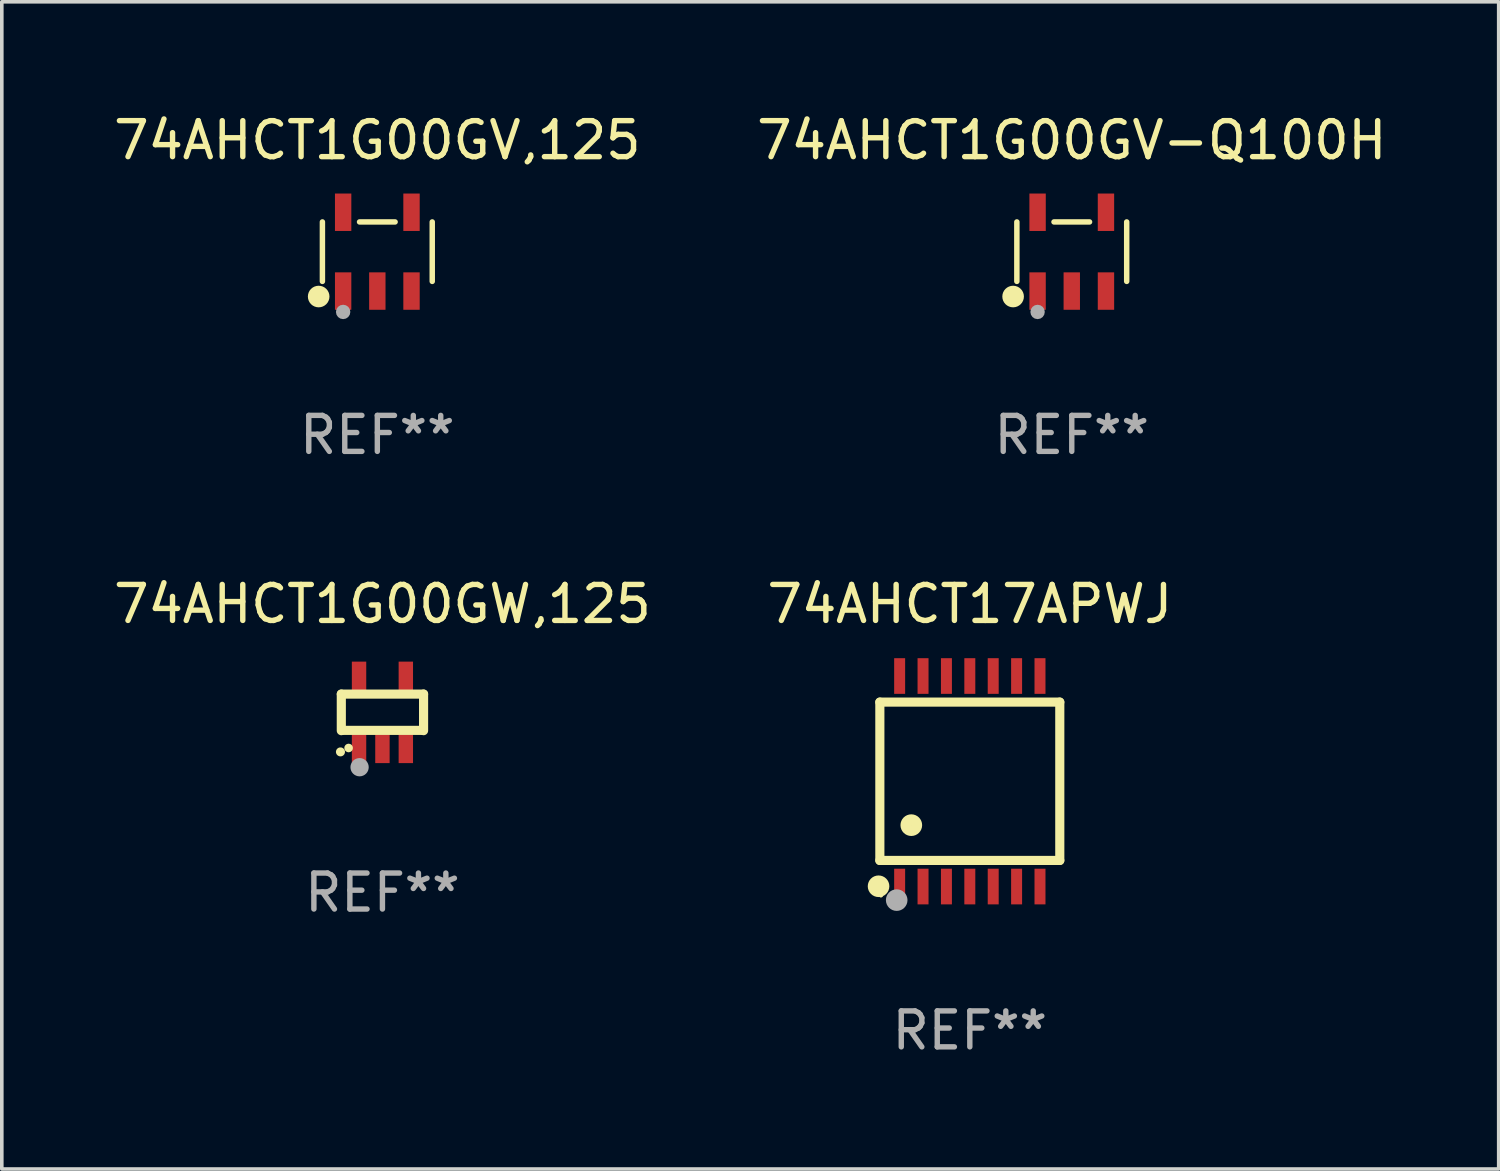
<source format=kicad_pcb>
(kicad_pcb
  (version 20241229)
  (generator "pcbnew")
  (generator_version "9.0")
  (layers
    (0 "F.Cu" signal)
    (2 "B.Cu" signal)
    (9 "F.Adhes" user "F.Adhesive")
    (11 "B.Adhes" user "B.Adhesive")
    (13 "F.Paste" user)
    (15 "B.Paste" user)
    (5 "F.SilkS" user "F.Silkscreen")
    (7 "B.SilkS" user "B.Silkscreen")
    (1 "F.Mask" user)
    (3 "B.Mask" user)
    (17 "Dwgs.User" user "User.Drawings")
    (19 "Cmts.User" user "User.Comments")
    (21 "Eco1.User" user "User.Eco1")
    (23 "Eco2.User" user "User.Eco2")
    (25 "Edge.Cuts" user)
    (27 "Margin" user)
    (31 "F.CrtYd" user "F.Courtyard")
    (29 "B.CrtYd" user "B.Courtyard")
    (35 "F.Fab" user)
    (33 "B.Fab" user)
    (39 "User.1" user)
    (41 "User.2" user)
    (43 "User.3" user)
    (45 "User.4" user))
  (footprint "74AHCT17APWJ"
    (layer "F.Cu")
    (at 23.899 18.66)
    (property "Reference" "74AHCT17APWJ" (at 0 -4.925 0) (layer "F.SilkS") (effects (font (size 1 1) (thickness 0.15))))
    (attr through_hole)
    (fp_line (start -2.5 2.2) (end -2.5 -2.2) (stroke (width 0.254) (type solid)) (layer "F.SilkS"))
    (fp_line (start -2.5 2.2) (end 2.5 2.2) (stroke (width 0.254) (type solid)) (layer "F.SilkS"))
    (fp_line (start 2.5 -2.2) (end -2.5 -2.2) (stroke (width 0.254) (type solid)) (layer "F.SilkS"))
    (fp_line (start 2.5 -2.2) (end 2.5 2.2) (stroke (width 0.254) (type solid)) (layer "F.SilkS"))
    (fp_circle (center -2.536 2.917) (end -2.386 2.917) (stroke (width 0.3) (type solid)) (fill no) (layer "F.SilkS"))
    (fp_circle (center -2.47 3.17) (end -2.44 3.17) (stroke (width 0.06) (type solid)) (fill no) (layer "F.SilkS"))
    (fp_circle (center -1.626 1.219) (end -1.475 1.219) (stroke (width 0.3) (type solid)) (fill no) (layer "F.SilkS"))
    (fp_circle (center -2.032 3.302) (end -1.882 3.302) (stroke (width 0.3) (type solid)) (fill no) (layer "F.Fab"))
    (fp_text user "REF**" (at 0 6.925 0) (layer "F.Fab") (effects (font (size 1 1) (thickness 0.15))))
    (pad "1" smd rect (at -1.95 2.925) (size 0.305 0.991) (layers "F.Cu" "F.Mask" "F.Paste"))
    (pad "2" smd rect (at -1.3 2.925) (size 0.305 0.991) (layers "F.Cu" "F.Mask" "F.Paste"))
    (pad "3" smd rect (at -0.65 2.925) (size 0.305 0.991) (layers "F.Cu" "F.Mask" "F.Paste"))
    (pad "4" smd rect (at 0 2.925) (size 0.305 0.991) (layers "F.Cu" "F.Mask" "F.Paste"))
    (pad "5" smd rect (at 0.65 2.925) (size 0.305 0.991) (layers "F.Cu" "F.Mask" "F.Paste"))
    (pad "6" smd rect (at 1.3 2.925) (size 0.305 0.991) (layers "F.Cu" "F.Mask" "F.Paste"))
    (pad "7" smd rect (at 1.95 2.925) (size 0.305 0.991) (layers "F.Cu" "F.Mask" "F.Paste"))
    (pad "8" smd rect (at 1.95 -2.925) (size 0.305 0.991) (layers "F.Cu" "F.Mask" "F.Paste"))
    (pad "9" smd rect (at 1.3 -2.925) (size 0.305 0.991) (layers "F.Cu" "F.Mask" "F.Paste"))
    (pad "10" smd rect (at 0.65 -2.925) (size 0.305 0.991) (layers "F.Cu" "F.Mask" "F.Paste"))
    (pad "11" smd rect (at 0 -2.925) (size 0.305 0.991) (layers "F.Cu" "F.Mask" "F.Paste"))
    (pad "12" smd rect (at -0.65 -2.925) (size 0.305 0.991) (layers "F.Cu" "F.Mask" "F.Paste"))
    (pad "13" smd rect (at -1.3 -2.925) (size 0.305 0.991) (layers "F.Cu" "F.Mask" "F.Paste"))
    (pad "14" smd rect (at -1.95 -2.925) (size 0.305 0.991) (layers "F.Cu" "F.Mask" "F.Paste")))
  (footprint "74AHCT1G00GV,125"
    (layer "F.Cu")
    (at 7.435 3.943)
    (property "Reference" "74AHCT1G00GV,125" (at 0 -3.095 0) (layer "F.SilkS") (effects (font (size 1 1) (thickness 0.15))))
    (attr through_hole)
    (fp_line (start -1.526 0.826) (end -1.526 -0.826) (stroke (width 0.152) (type solid)) (layer "F.SilkS"))
    (fp_line (start 0.494 -0.826) (end -0.494 -0.826) (stroke (width 0.152) (type solid)) (layer "F.SilkS"))
    (fp_line (start 1.526 0.826) (end 1.526 -0.826) (stroke (width 0.152) (type solid)) (layer "F.SilkS"))
    (fp_circle (center -1.63 1.247) (end -1.48 1.247) (stroke (width 0.3) (type solid)) (fill no) (layer "F.SilkS"))
    (fp_circle (center -1.45 1.375) (end -1.42 1.375) (stroke (width 0.06) (type solid)) (fill no) (layer "F.SilkS"))
    (fp_circle (center -0.95 1.675) (end -0.85 1.675) (stroke (width 0.2) (type solid)) (fill no) (layer "F.Fab"))
    (fp_text user "REF**" (at 0 5.095 0) (layer "F.Fab") (effects (font (size 1 1) (thickness 0.15))))
    (pad "1" smd rect (at -0.95 1.095) (size 0.455 1.04) (layers "F.Cu" "F.Mask" "F.Paste"))
    (pad "2" smd rect (at 0 1.095) (size 0.455 1.04) (layers "F.Cu" "F.Mask" "F.Paste"))
    (pad "3" smd rect (at 0.95 1.095) (size 0.455 1.04) (layers "F.Cu" "F.Mask" "F.Paste"))
    (pad "4" smd rect (at 0.95 -1.095) (size 0.455 1.04) (layers "F.Cu" "F.Mask" "F.Paste"))
    (pad "5" smd rect (at -0.95 -1.095) (size 0.455 1.04) (layers "F.Cu" "F.Mask" "F.Paste")))
  (footprint "74AHCT1G00GW,125"
    (layer "F.Cu")
    (at 7.577 16.745)
    (property "Reference" "74AHCT1G00GW,125" (at 0 -3.01 0) (layer "F.SilkS") (effects (font (size 1 1) (thickness 0.15))))
    (attr through_hole)
    (fp_line (start -1.143 -0.508) (end -1.143 0.508) (stroke (width 0.254) (type solid)) (layer "F.SilkS"))
    (fp_line (start -1.1 0.5) (end 1.1 0.5) (stroke (width 0.254) (type solid)) (layer "F.SilkS"))
    (fp_line (start 1.143 -0.508) (end -1.143 -0.508) (stroke (width 0.254) (type solid)) (layer "F.SilkS"))
    (fp_line (start 1.143 0.508) (end 1.143 -0.508) (stroke (width 0.254) (type solid)) (layer "F.SilkS"))
    (fp_arc (start -1.167717 1.098095) (mid -1.166447 1.098088) (end -1.165177 1.098095) (stroke (width 0.24892) (type solid)) (layer "F.SilkS"))
    (fp_circle (center -0.94 0.99) (end -0.88 0.99) (stroke (width 0.12) (type solid)) (fill no) (layer "F.SilkS"))
    (fp_circle (center -0.635 1.524) (end -0.508 1.524) (stroke (width 0.254) (type solid)) (fill no) (layer "F.Fab"))
    (fp_text user "REF**" (at 0 5.01 0) (layer "F.Fab") (effects (font (size 1 1) (thickness 0.15))))
    (pad "1" smd rect (at -0.65 1.01 180) (size 0.4 0.8) (layers "F.Cu" "F.Mask" "F.Paste"))
    (pad "2" smd rect (at 0 1.01 180) (size 0.4 0.8) (layers "F.Cu" "F.Mask" "F.Paste"))
    (pad "3" smd rect (at 0.65 1.01 180) (size 0.4 0.8) (layers "F.Cu" "F.Mask" "F.Paste"))
    (pad "4" smd rect (at 0.65 -1.01 180) (size 0.4 0.8) (layers "F.Cu" "F.Mask" "F.Paste"))
    (pad "5" smd rect (at -0.65 -1.01 180) (size 0.4 0.8) (layers "F.Cu" "F.Mask" "F.Paste")))
  (footprint "74AHCT1G00GV-Q100H"
    (layer "F.Cu")
    (at 26.732 3.943)
    (property "Reference" "74AHCT1G00GV-Q100H" (at 0 -3.095 0) (layer "F.SilkS") (effects (font (size 1 1) (thickness 0.15))))
    (attr through_hole)
    (fp_line (start -1.526 0.826) (end -1.526 -0.826) (stroke (width 0.152) (type solid)) (layer "F.SilkS"))
    (fp_line (start 0.494 -0.826) (end -0.494 -0.826) (stroke (width 0.152) (type solid)) (layer "F.SilkS"))
    (fp_line (start 1.526 0.826) (end 1.526 -0.826) (stroke (width 0.152) (type solid)) (layer "F.SilkS"))
    (fp_circle (center -1.63 1.247) (end -1.48 1.247) (stroke (width 0.3) (type solid)) (fill no) (layer "F.SilkS"))
    (fp_circle (center -1.45 1.375) (end -1.42 1.375) (stroke (width 0.06) (type solid)) (fill no) (layer "F.SilkS"))
    (fp_circle (center -0.95 1.675) (end -0.85 1.675) (stroke (width 0.2) (type solid)) (fill no) (layer "F.Fab"))
    (fp_text user "REF**" (at 0 5.095 0) (layer "F.Fab") (effects (font (size 1 1) (thickness 0.15))))
    (pad "1" smd rect (at -0.95 1.095) (size 0.455 1.04) (layers "F.Cu" "F.Mask" "F.Paste"))
    (pad "2" smd rect (at 0 1.095) (size 0.455 1.04) (layers "F.Cu" "F.Mask" "F.Paste"))
    (pad "3" smd rect (at 0.95 1.095) (size 0.455 1.04) (layers "F.Cu" "F.Mask" "F.Paste"))
    (pad "4" smd rect (at 0.95 -1.095) (size 0.455 1.04) (layers "F.Cu" "F.Mask" "F.Paste"))
    (pad "5" smd rect (at -0.95 -1.095) (size 0.455 1.04) (layers "F.Cu" "F.Mask" "F.Paste")))
  (gr_rect
    (start -3 -3)
    (end 38.595 29.433)
    (stroke (width 0.1) (type default))
    (fill no)
    (layer "Edge.Cuts")))
</source>
